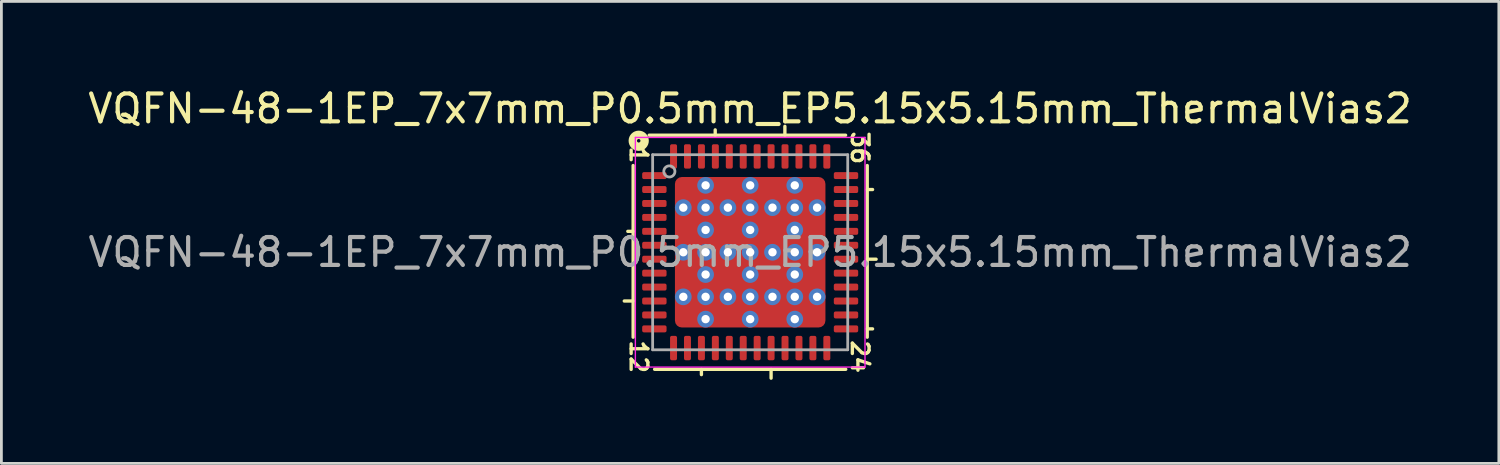
<source format=kicad_pcb>
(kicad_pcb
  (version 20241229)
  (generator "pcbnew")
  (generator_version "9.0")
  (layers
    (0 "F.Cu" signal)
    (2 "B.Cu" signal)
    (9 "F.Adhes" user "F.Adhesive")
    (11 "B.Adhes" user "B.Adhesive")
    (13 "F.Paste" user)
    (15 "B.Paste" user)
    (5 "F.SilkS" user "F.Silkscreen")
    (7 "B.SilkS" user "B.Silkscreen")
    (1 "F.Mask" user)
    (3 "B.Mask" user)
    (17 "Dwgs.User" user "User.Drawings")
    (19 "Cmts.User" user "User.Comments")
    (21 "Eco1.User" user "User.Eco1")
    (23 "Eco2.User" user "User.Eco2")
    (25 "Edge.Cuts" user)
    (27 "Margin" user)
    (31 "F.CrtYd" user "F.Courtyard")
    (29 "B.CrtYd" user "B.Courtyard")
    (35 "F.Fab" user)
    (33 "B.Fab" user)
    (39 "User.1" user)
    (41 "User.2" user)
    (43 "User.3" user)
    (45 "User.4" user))
  (footprint "VQFN-48-1EP_7x7mm_P0.5mm_EP5.15x5.15mm_ThermalVias2"
    (layer "F.Cu")
    (at 23.868 6.001)
    (property "Reference" "VQFN-48-1EP_7x7mm_P0.5mm_EP5.15x5.15mm_ThermalVias2" (at -0.005 -5.152 0) (layer "F.SilkS") (effects (font (size 1 1) (thickness 0.15))))
    (attr smd)
    (fp_line (start -4.2 -3.111) (end -4.2 3.048) (stroke (width 0.12) (type solid)) (layer "F.SilkS"))
    (fp_line (start -4.2 -0.75) (end -4.391 -0.75) (stroke (width 0.12) (type solid)) (layer "F.SilkS"))
    (fp_line (start -4.2 1.75) (end -4.518 1.75) (stroke (width 0.12) (type solid)) (layer "F.SilkS"))
    (fp_line (start -3.429 4.2) (end 3.429 4.2) (stroke (width 0.12) (type solid)) (layer "F.SilkS"))
    (fp_line (start -1.75 4.2) (end -1.75 4.391) (stroke (width 0.12) (type solid)) (layer "F.SilkS"))
    (fp_line (start -1.255 -4.2) (end -1.255 -4.391) (stroke (width 0.12) (type solid)) (layer "F.SilkS"))
    (fp_line (start 0.75 4.2) (end 0.75 4.518) (stroke (width 0.12) (type solid)) (layer "F.SilkS"))
    (fp_line (start 1.245 -4.2) (end 1.245 -4.518) (stroke (width 0.12) (type solid)) (layer "F.SilkS"))
    (fp_line (start 3.424 -4.2) (end -3.624 -4.2) (stroke (width 0.12) (type solid)) (layer "F.SilkS"))
    (fp_line (start 4.2 -2.25) (end 4.391 -2.25) (stroke (width 0.12) (type solid)) (layer "F.SilkS"))
    (fp_line (start 4.2 0.25) (end 4.518 0.25) (stroke (width 0.12) (type solid)) (layer "F.SilkS"))
    (fp_line (start 4.2 2.75) (end 4.391 2.75) (stroke (width 0.12) (type solid)) (layer "F.SilkS"))
    (fp_line (start 4.2 3.048) (end 4.2 -3.111) (stroke (width 0.12) (type solid)) (layer "F.SilkS"))
    (fp_circle (center -4 -4) (end -3.937 -4) (stroke (width 0.3) (type solid)) (fill no) (layer "F.SilkS"))
    (fp_line (start -4.12 -4.12) (end -4.12 4.12) (stroke (width 0.05) (type solid)) (layer "F.CrtYd"))
    (fp_line (start -4.12 4.12) (end 4.12 4.12) (stroke (width 0.05) (type solid)) (layer "F.CrtYd"))
    (fp_line (start 4.12 -4.12) (end -4.12 -4.12) (stroke (width 0.05) (type solid)) (layer "F.CrtYd"))
    (fp_line (start 4.12 4.12) (end 4.12 -4.12) (stroke (width 0.05) (type solid)) (layer "F.CrtYd"))
    (fp_line (start -3.5 -3.5) (end 3.5 -3.5) (stroke (width 0.1) (type solid)) (layer "F.Fab"))
    (fp_line (start -3.5 3.5) (end -3.5 -3.5) (stroke (width 0.1) (type solid)) (layer "F.Fab"))
    (fp_line (start 3.5 -3.5) (end 3.5 3.5) (stroke (width 0.1) (type solid)) (layer "F.Fab"))
    (fp_line (start 3.5 3.5) (end -3.5 3.5) (stroke (width 0.1) (type solid)) (layer "F.Fab"))
    (fp_circle (center -2.9 -2.9) (end -2.7 -2.9) (stroke (width 0.1) (type solid)) (fill no) (layer "F.Fab"))
    (fp_text user "24" (at 3.937 3.747 270) (unlocked yes) (layer "F.SilkS") (effects (font (size 0.6 0.6) (thickness 0.12))))
    (fp_text user "1" (at -4 -3.493 270) (unlocked yes) (layer "F.SilkS") (effects (font (size 0.6 0.6) (thickness 0.12))))
    (fp_text user "12" (at -4 3.747 270) (unlocked yes) (layer "F.SilkS") (effects (font (size 0.6 0.6) (thickness 0.12))))
    (fp_text user "36" (at 3.937 -3.747 270) (unlocked yes) (layer "F.SilkS") (effects (font (size 0.6 0.6) (thickness 0.12))))
    (fp_text user "${REFERENCE}" (at 0 0 0) (layer "F.Fab") (effects (font (size 1 1) (thickness 0.15))))
    (pad "" smd roundrect (at -2.237 -2.237) (size 0.475 0.475) (layers "F.Paste") (roundrect_rratio 0.25))
    (pad "" smd roundrect (at -2.237 -2.237 90) (size 0.675 0.675) (layers "F.Mask") (roundrect_rratio 0.227))
    (pad "" smd roundrect (at -2.237 -0.8) (size 0.475 0.75) (layers "F.Paste") (roundrect_rratio 0.25))
    (pad "" smd roundrect (at -2.237 -0.8 90) (size 1 0.675) (layers "F.Mask") (roundrect_rratio 0.227))
    (pad "" smd roundrect (at -2.237 0.8) (size 0.475 0.75) (layers "F.Paste") (roundrect_rratio 0.25))
    (pad "" smd roundrect (at -2.237 0.8 90) (size 1 0.675) (layers "F.Mask") (roundrect_rratio 0.227))
    (pad "" smd roundrect (at -2.237 2.237) (size 0.475 0.475) (layers "F.Paste") (roundrect_rratio 0.25))
    (pad "" smd roundrect (at -2.237 2.237 90) (size 0.675 0.675) (layers "F.Mask") (roundrect_rratio 0.25))
    (pad "" smd roundrect (at -0.8 -2.237 90) (size 0.475 0.75) (layers "F.Paste") (roundrect_rratio 0.25))
    (pad "" smd roundrect (at -0.8 -2.237 90) (size 0.675 1) (layers "F.Mask") (roundrect_rratio 0.227))
    (pad "" smd roundrect (at -0.8 -0.8) (size 0.75 0.75) (layers "F.Paste") (roundrect_rratio 0.25))
    (pad "" smd roundrect (at -0.8 -0.8 90) (size 1 1) (layers "F.Mask") (roundrect_rratio 0.25))
    (pad "" smd roundrect (at -0.8 0.8) (size 0.75 0.75) (layers "F.Paste") (roundrect_rratio 0.25))
    (pad "" smd roundrect (at -0.8 0.8 90) (size 1 1) (layers "F.Mask") (roundrect_rratio 0.25))
    (pad "" smd roundrect (at -0.8 2.237 90) (size 0.475 0.75) (layers "F.Paste") (roundrect_rratio 0.25))
    (pad "" smd roundrect (at -0.8 2.237 90) (size 0.675 1) (layers "F.Mask") (roundrect_rratio 0.25))
    (pad "" smd roundrect (at 0.8 -2.237 90) (size 0.475 0.75) (layers "F.Paste") (roundrect_rratio 0.25))
    (pad "" smd roundrect (at 0.8 -2.237 90) (size 0.675 1) (layers "F.Mask") (roundrect_rratio 0.25))
    (pad "" smd roundrect (at 0.8 -0.8) (size 0.75 0.75) (layers "F.Paste") (roundrect_rratio 0.25))
    (pad "" smd roundrect (at 0.8 -0.8 90) (size 1 1) (layers "F.Mask") (roundrect_rratio 0.25))
    (pad "" smd roundrect (at 0.8 0.8) (size 0.75 0.75) (layers "F.Paste") (roundrect_rratio 0.25))
    (pad "" smd roundrect (at 0.8 0.8 90) (size 1 1) (layers "F.Mask") (roundrect_rratio 0.25))
    (pad "" smd roundrect (at 0.8 2.237 90) (size 0.475 0.75) (layers "F.Paste") (roundrect_rratio 0.25))
    (pad "" smd roundrect (at 0.8 2.237 90) (size 0.675 1) (layers "F.Mask") (roundrect_rratio 0.25))
    (pad "" smd roundrect (at 2.237 -2.237) (size 0.475 0.475) (layers "F.Paste") (roundrect_rratio 0.25))
    (pad "" smd roundrect (at 2.237 -2.237 90) (size 0.675 0.675) (layers "F.Mask") (roundrect_rratio 0.25))
    (pad "" smd roundrect (at 2.237 -0.8) (size 0.475 0.75) (layers "F.Paste") (roundrect_rratio 0.25))
    (pad "" smd roundrect (at 2.237 -0.8 90) (size 1 0.675) (layers "F.Mask") (roundrect_rratio 0.25))
    (pad "" smd roundrect (at 2.237 0.8) (size 0.475 0.75) (layers "F.Paste") (roundrect_rratio 0.25))
    (pad "" smd roundrect (at 2.237 0.8 90) (size 1 0.675) (layers "F.Mask") (roundrect_rratio 0.25))
    (pad "" smd roundrect (at 2.237 2.237) (size 0.475 0.475) (layers "F.Paste") (roundrect_rratio 0.25))
    (pad "" smd roundrect (at 2.237 2.237 90) (size 0.675 0.675) (layers "F.Mask") (roundrect_rratio 0.25))
    (pad "1" smd roundrect (at -3.438 -2.75) (size 0.875 0.25) (layers "F.Cu" "F.Mask" "F.Paste") (roundrect_rratio 0.25))
    (pad "2" smd roundrect (at -3.438 -2.25) (size 0.875 0.25) (layers "F.Cu" "F.Mask" "F.Paste") (roundrect_rratio 0.25))
    (pad "3" smd roundrect (at -3.438 -1.75) (size 0.875 0.25) (layers "F.Cu" "F.Mask" "F.Paste") (roundrect_rratio 0.25))
    (pad "4" smd roundrect (at -3.438 -1.25) (size 0.875 0.25) (layers "F.Cu" "F.Mask" "F.Paste") (roundrect_rratio 0.25))
    (pad "5" smd roundrect (at -3.438 -0.75) (size 0.875 0.25) (layers "F.Cu" "F.Mask" "F.Paste") (roundrect_rratio 0.25))
    (pad "6" smd roundrect (at -3.438 -0.25) (size 0.875 0.25) (layers "F.Cu" "F.Mask" "F.Paste") (roundrect_rratio 0.25))
    (pad "7" smd roundrect (at -3.438 0.25) (size 0.875 0.25) (layers "F.Cu" "F.Mask" "F.Paste") (roundrect_rratio 0.25))
    (pad "8" smd roundrect (at -3.438 0.75) (size 0.875 0.25) (layers "F.Cu" "F.Mask" "F.Paste") (roundrect_rratio 0.25))
    (pad "9" smd roundrect (at -3.438 1.25) (size 0.875 0.25) (layers "F.Cu" "F.Mask" "F.Paste") (roundrect_rratio 0.25))
    (pad "10" smd roundrect (at -3.438 1.75) (size 0.875 0.25) (layers "F.Cu" "F.Mask" "F.Paste") (roundrect_rratio 0.25))
    (pad "11" smd roundrect (at -3.438 2.25) (size 0.875 0.25) (layers "F.Cu" "F.Mask" "F.Paste") (roundrect_rratio 0.25))
    (pad "12" smd roundrect (at -3.438 2.75) (size 0.875 0.25) (layers "F.Cu" "F.Mask" "F.Paste") (roundrect_rratio 0.25))
    (pad "13" smd roundrect (at -2.75 3.438) (size 0.25 0.875) (layers "F.Cu" "F.Mask" "F.Paste") (roundrect_rratio 0.25))
    (pad "14" smd roundrect (at -2.25 3.438) (size 0.25 0.875) (layers "F.Cu" "F.Mask" "F.Paste") (roundrect_rratio 0.25))
    (pad "15" smd roundrect (at -1.75 3.438) (size 0.25 0.875) (layers "F.Cu" "F.Mask" "F.Paste") (roundrect_rratio 0.25))
    (pad "16" smd roundrect (at -1.25 3.438) (size 0.25 0.875) (layers "F.Cu" "F.Mask" "F.Paste") (roundrect_rratio 0.25))
    (pad "17" smd roundrect (at -0.75 3.438) (size 0.25 0.875) (layers "F.Cu" "F.Mask" "F.Paste") (roundrect_rratio 0.25))
    (pad "18" smd roundrect (at -0.25 3.438) (size 0.25 0.875) (layers "F.Cu" "F.Mask" "F.Paste") (roundrect_rratio 0.25))
    (pad "19" smd roundrect (at 0.25 3.438) (size 0.25 0.875) (layers "F.Cu" "F.Mask" "F.Paste") (roundrect_rratio 0.25))
    (pad "20" smd roundrect (at 0.75 3.438) (size 0.25 0.875) (layers "F.Cu" "F.Mask" "F.Paste") (roundrect_rratio 0.25))
    (pad "21" smd roundrect (at 1.25 3.438) (size 0.25 0.875) (layers "F.Cu" "F.Mask" "F.Paste") (roundrect_rratio 0.25))
    (pad "22" smd roundrect (at 1.75 3.438) (size 0.25 0.875) (layers "F.Cu" "F.Mask" "F.Paste") (roundrect_rratio 0.25))
    (pad "23" smd roundrect (at 2.25 3.438) (size 0.25 0.875) (layers "F.Cu" "F.Mask" "F.Paste") (roundrect_rratio 0.25))
    (pad "24" smd roundrect (at 2.75 3.438) (size 0.25 0.875) (layers "F.Cu" "F.Mask" "F.Paste") (roundrect_rratio 0.25))
    (pad "25" smd roundrect (at 3.438 2.75) (size 0.875 0.25) (layers "F.Cu" "F.Mask" "F.Paste") (roundrect_rratio 0.25))
    (pad "26" smd roundrect (at 3.438 2.25) (size 0.875 0.25) (layers "F.Cu" "F.Mask" "F.Paste") (roundrect_rratio 0.25))
    (pad "27" smd roundrect (at 3.438 1.75) (size 0.875 0.25) (layers "F.Cu" "F.Mask" "F.Paste") (roundrect_rratio 0.25))
    (pad "28" smd roundrect (at 3.438 1.25) (size 0.875 0.25) (layers "F.Cu" "F.Mask" "F.Paste") (roundrect_rratio 0.25))
    (pad "29" smd roundrect (at 3.438 0.75) (size 0.875 0.25) (layers "F.Cu" "F.Mask" "F.Paste") (roundrect_rratio 0.25))
    (pad "30" smd roundrect (at 3.438 0.25) (size 0.875 0.25) (layers "F.Cu" "F.Mask" "F.Paste") (roundrect_rratio 0.25))
    (pad "31" smd roundrect (at 3.438 -0.25) (size 0.875 0.25) (layers "F.Cu" "F.Mask" "F.Paste") (roundrect_rratio 0.25))
    (pad "32" smd roundrect (at 3.438 -0.75) (size 0.875 0.25) (layers "F.Cu" "F.Mask" "F.Paste") (roundrect_rratio 0.25))
    (pad "33" smd roundrect (at 3.438 -1.25) (size 0.875 0.25) (layers "F.Cu" "F.Mask" "F.Paste") (roundrect_rratio 0.25))
    (pad "34" smd roundrect (at 3.438 -1.75) (size 0.875 0.25) (layers "F.Cu" "F.Mask" "F.Paste") (roundrect_rratio 0.25))
    (pad "35" smd roundrect (at 3.438 -2.25) (size 0.875 0.25) (layers "F.Cu" "F.Mask" "F.Paste") (roundrect_rratio 0.25))
    (pad "36" smd roundrect (at 3.438 -2.75) (size 0.875 0.25) (layers "F.Cu" "F.Mask" "F.Paste") (roundrect_rratio 0.25))
    (pad "37" smd roundrect (at 2.75 -3.438) (size 0.25 0.875) (layers "F.Cu" "F.Mask" "F.Paste") (roundrect_rratio 0.25))
    (pad "38" smd roundrect (at 2.25 -3.438) (size 0.25 0.875) (layers "F.Cu" "F.Mask" "F.Paste") (roundrect_rratio 0.25))
    (pad "39" smd roundrect (at 1.75 -3.438) (size 0.25 0.875) (layers "F.Cu" "F.Mask" "F.Paste") (roundrect_rratio 0.25))
    (pad "40" smd roundrect (at 1.25 -3.438) (size 0.25 0.875) (layers "F.Cu" "F.Mask" "F.Paste") (roundrect_rratio 0.25))
    (pad "41" smd roundrect (at 0.75 -3.438) (size 0.25 0.875) (layers "F.Cu" "F.Mask" "F.Paste") (roundrect_rratio 0.25))
    (pad "42" smd roundrect (at 0.25 -3.438) (size 0.25 0.875) (layers "F.Cu" "F.Mask" "F.Paste") (roundrect_rratio 0.25))
    (pad "43" smd roundrect (at -0.25 -3.438) (size 0.25 0.875) (layers "F.Cu" "F.Mask" "F.Paste") (roundrect_rratio 0.25))
    (pad "44" smd roundrect (at -0.75 -3.438) (size 0.25 0.875) (layers "F.Cu" "F.Mask" "F.Paste") (roundrect_rratio 0.25))
    (pad "45" smd roundrect (at -1.25 -3.438) (size 0.25 0.875) (layers "F.Cu" "F.Mask" "F.Paste") (roundrect_rratio 0.25))
    (pad "46" smd roundrect (at -1.75 -3.438) (size 0.25 0.875) (layers "F.Cu" "F.Mask" "F.Paste") (roundrect_rratio 0.25))
    (pad "47" smd roundrect (at -2.25 -3.438) (size 0.25 0.875) (layers "F.Cu" "F.Mask" "F.Paste") (roundrect_rratio 0.25))
    (pad "48" smd roundrect (at -2.75 -3.438) (size 0.25 0.875) (layers "F.Cu" "F.Mask" "F.Paste") (roundrect_rratio 0.25))
    (pad "49" thru_hole circle (at -2.4 -1.6 180) (size 0.6 0.6) (drill 0.3) (property pad_prop_heatsink) (layers "*.Cu" "*.Mask"))
    (pad "49" thru_hole circle (at -2.4 0 180) (size 0.6 0.6) (drill 0.3) (property pad_prop_heatsink) (layers "*.Cu" "*.Mask"))
    (pad "49" thru_hole circle (at -2.4 1.6 180) (size 0.6 0.6) (drill 0.3) (property pad_prop_heatsink) (layers "*.Cu" "*.Mask"))
    (pad "49" thru_hole circle (at -1.6 -2.4 180) (size 0.6 0.6) (drill 0.3) (property pad_prop_heatsink) (layers "*.Cu" "*.Mask"))
    (pad "49" thru_hole circle (at -1.6 -1.6 180) (size 0.6 0.6) (drill 0.3) (property pad_prop_heatsink) (layers "*.Cu" "*.Mask"))
    (pad "49" thru_hole circle (at -1.6 -0.8 180) (size 0.6 0.6) (drill 0.3) (property pad_prop_heatsink) (layers "*.Cu" "*.Mask"))
    (pad "49" thru_hole circle (at -1.6 0 180) (size 0.6 0.6) (drill 0.3) (property pad_prop_heatsink) (layers "*.Cu" "*.Mask"))
    (pad "49" thru_hole circle (at -1.6 0.8 180) (size 0.6 0.6) (drill 0.3) (property pad_prop_heatsink) (layers "*.Cu" "*.Mask"))
    (pad "49" thru_hole circle (at -1.6 1.6 180) (size 0.6 0.6) (drill 0.3) (property pad_prop_heatsink) (layers "*.Cu" "*.Mask"))
    (pad "49" thru_hole circle (at -1.6 2.4 180) (size 0.6 0.6) (drill 0.3) (property pad_prop_heatsink) (layers "*.Cu" "*.Mask"))
    (pad "49" thru_hole circle (at -0.8 -1.6 180) (size 0.6 0.6) (drill 0.3) (property pad_prop_heatsink) (layers "*.Cu" "*.Mask"))
    (pad "49" thru_hole circle (at -0.8 0 180) (size 0.6 0.6) (drill 0.3) (property pad_prop_heatsink) (layers "*.Cu" "*.Mask"))
    (pad "49" thru_hole circle (at -0.8 1.6 180) (size 0.6 0.6) (drill 0.3) (property pad_prop_heatsink) (layers "*.Cu" "*.Mask"))
    (pad "49" thru_hole circle (at 0 -2.4 180) (size 0.6 0.6) (drill 0.3) (property pad_prop_heatsink) (layers "*.Cu" "*.Mask"))
    (pad "49" thru_hole circle (at 0 -1.6 180) (size 0.6 0.6) (drill 0.3) (property pad_prop_heatsink) (layers "*.Cu" "*.Mask"))
    (pad "49" thru_hole circle (at 0 -0.8 180) (size 0.6 0.6) (drill 0.3) (property pad_prop_heatsink) (layers "*.Cu" "*.Mask"))
    (pad "49" thru_hole circle (at 0 0 180) (size 0.6 0.6) (drill 0.3) (property pad_prop_heatsink) (layers "*.Cu" "*.Mask"))
    (pad "49" smd roundrect (at 0 0) (size 5.4 5.4) (layers "F.Cu") (roundrect_rratio 0.046))
    (pad "49" thru_hole circle (at 0 0.8 180) (size 0.6 0.6) (drill 0.3) (property pad_prop_heatsink) (layers "*.Cu" "*.Mask"))
    (pad "49" thru_hole circle (at 0 1.6 180) (size 0.6 0.6) (drill 0.3) (property pad_prop_heatsink) (layers "*.Cu" "*.Mask"))
    (pad "49" thru_hole circle (at 0 2.4 180) (size 0.6 0.6) (drill 0.3) (property pad_prop_heatsink) (layers "*.Cu" "*.Mask"))
    (pad "49" thru_hole circle (at 0.8 -1.6 180) (size 0.6 0.6) (drill 0.3) (property pad_prop_heatsink) (layers "*.Cu" "*.Mask"))
    (pad "49" thru_hole circle (at 0.8 0 180) (size 0.6 0.6) (drill 0.3) (property pad_prop_heatsink) (layers "*.Cu" "*.Mask"))
    (pad "49" thru_hole circle (at 0.8 1.6 180) (size 0.6 0.6) (drill 0.3) (property pad_prop_heatsink) (layers "*.Cu" "*.Mask"))
    (pad "49" thru_hole circle (at 1.6 -2.4 180) (size 0.6 0.6) (drill 0.3) (property pad_prop_heatsink) (layers "*.Cu" "*.Mask"))
    (pad "49" thru_hole circle (at 1.6 -1.6 180) (size 0.6 0.6) (drill 0.3) (property pad_prop_heatsink) (layers "*.Cu" "*.Mask"))
    (pad "49" thru_hole circle (at 1.6 -0.8 180) (size 0.6 0.6) (drill 0.3) (property pad_prop_heatsink) (layers "*.Cu" "*.Mask"))
    (pad "49" thru_hole circle (at 1.6 0 180) (size 0.6 0.6) (drill 0.3) (property pad_prop_heatsink) (layers "*.Cu" "*.Mask"))
    (pad "49" thru_hole circle (at 1.6 0.8 180) (size 0.6 0.6) (drill 0.3) (property pad_prop_heatsink) (layers "*.Cu" "*.Mask"))
    (pad "49" thru_hole circle (at 1.6 1.6 180) (size 0.6 0.6) (drill 0.3) (property pad_prop_heatsink) (layers "*.Cu" "*.Mask"))
    (pad "49" thru_hole circle (at 1.6 2.4 180) (size 0.6 0.6) (drill 0.3) (property pad_prop_heatsink) (layers "*.Cu" "*.Mask"))
    (pad "49" thru_hole circle (at 2.4 -1.6 180) (size 0.6 0.6) (drill 0.3) (property pad_prop_heatsink) (layers "*.Cu" "*.Mask"))
    (pad "49" thru_hole circle (at 2.4 0 180) (size 0.6 0.6) (drill 0.3) (property pad_prop_heatsink) (layers "*.Cu" "*.Mask"))
    (pad "49" thru_hole circle (at 2.4 1.6 180) (size 0.6 0.6) (drill 0.3) (property pad_prop_heatsink) (layers "*.Cu" "*.Mask")))
  (gr_rect
    (start -3 -3)
    (end 50.731 13.578)
    (stroke (width 0.1) (type default))
    (fill no)
    (layer "Edge.Cuts")))
</source>
